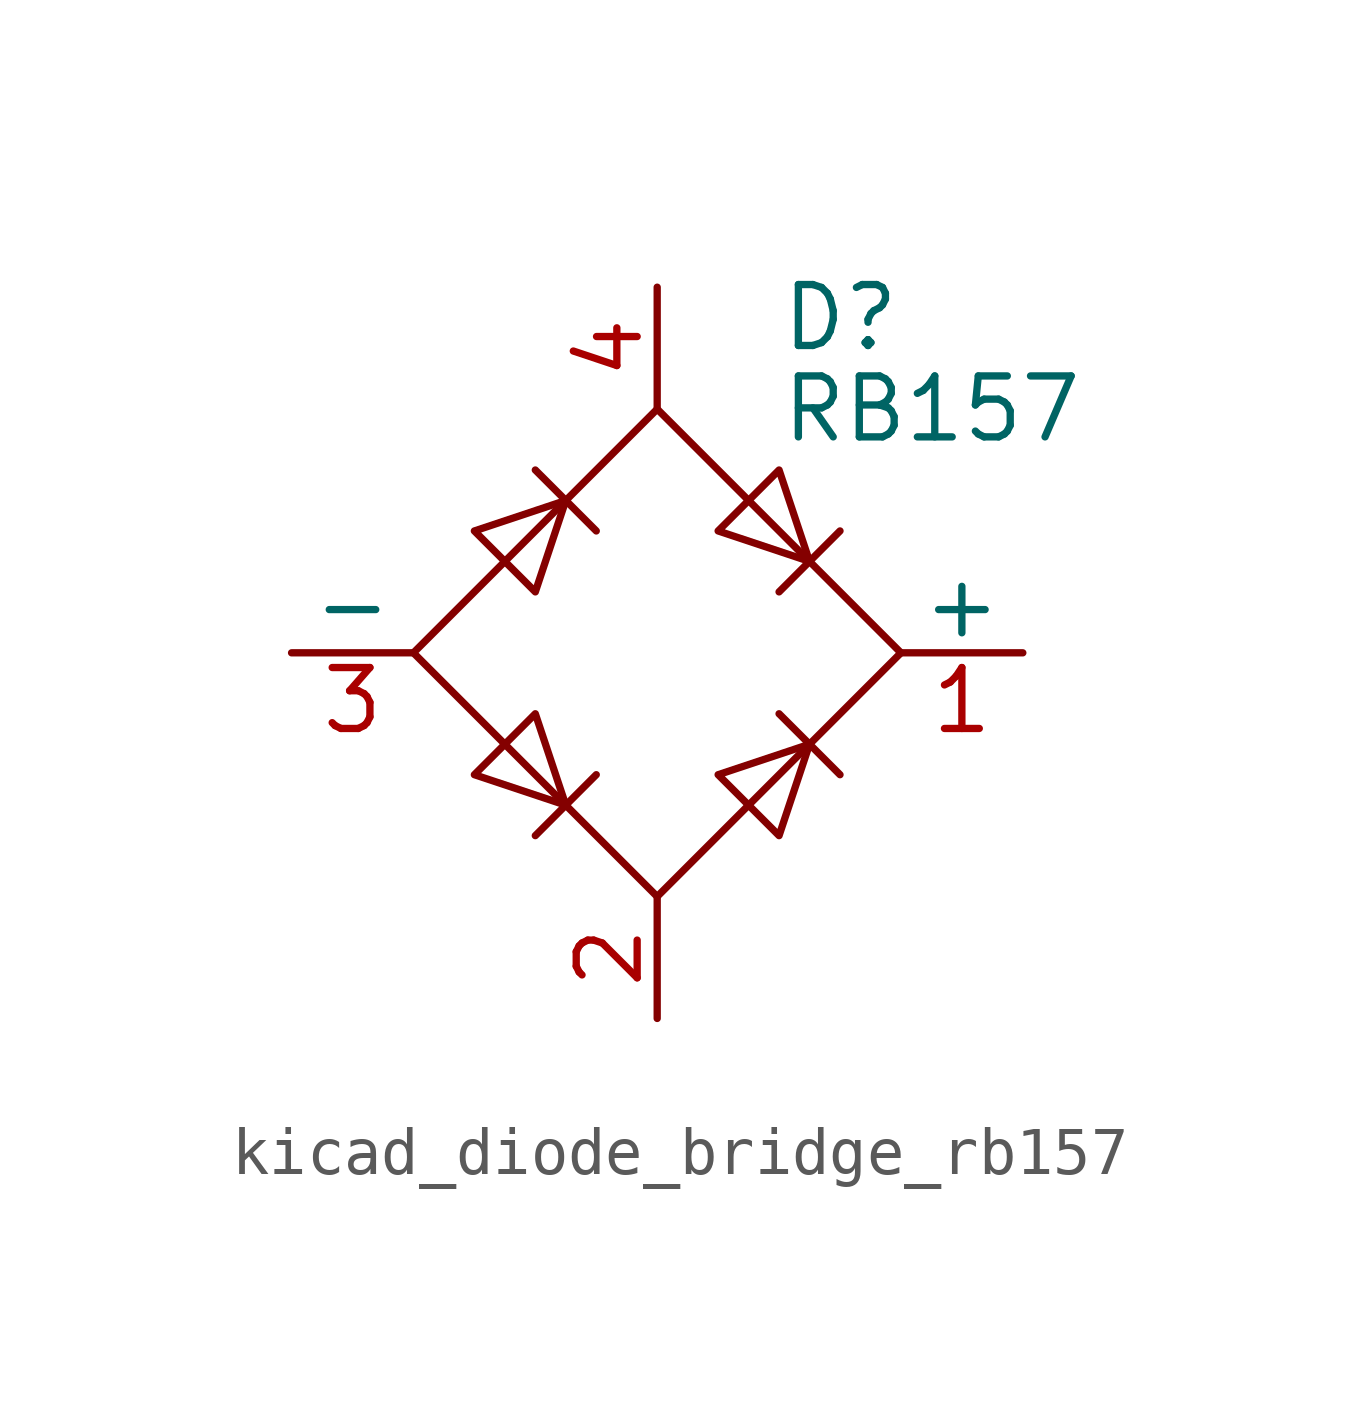
<source format=kicad_sym>
(kicad_symbol_lib
  (version 20220914)
  (generator kicad_symbol_editor)
  (symbol "kicad_diode_bridge_rb157"
    (pin_names
      (offset 0))
    (property "Reference" "D"
      (at 2.54 6.985 0)
      (effects (font (size 1.27 1.27)) (justify left)))
    (property "Value" "RB157"
      (at 2.54 5.08 0)
      (effects (font (size 1.27 1.27)) (justify left)))
    (symbol "kicad_diode_bridge_rb157_0_1"
      (polyline (pts (xy -2.54 3.81) (xy -1.27 2.54)) (stroke (width 0) (type default)) (fill (type none)))
      (polyline (pts (xy -1.27 -2.54) (xy -2.54 -3.81)) (stroke (width 0) (type default)) (fill (type none)))
      (polyline (pts (xy 2.54 -1.27) (xy 3.81 -2.54)) (stroke (width 0) (type default)) (fill (type none)))
      (polyline (pts (xy 2.54 1.27) (xy 3.81 2.54)) (stroke (width 0) (type default)) (fill (type none)))
      (polyline (pts (xy -3.81 2.54) (xy -2.54 1.27) (xy -1.905 3.175) (xy -3.81 2.54)) (stroke (width 0) (type default)) (fill (type none)))
      (polyline (pts (xy -2.54 -1.27) (xy -3.81 -2.54) (xy -1.905 -3.175) (xy -2.54 -1.27)) (stroke (width 0) (type default)) (fill (type none)))
      (polyline (pts (xy 1.27 2.54) (xy 2.54 3.81) (xy 3.175 1.905) (xy 1.27 2.54)) (stroke (width 0) (type default)) (fill (type none)))
      (polyline (pts (xy 3.175 -1.905) (xy 1.27 -2.54) (xy 2.54 -3.81) (xy 3.175 -1.905)) (stroke (width 0) (type default)) (fill (type none)))
      (polyline (pts (xy -5.08 0) (xy 0 -5.08) (xy 5.08 0) (xy 0 5.08) (xy -5.08 0)) (stroke (width 0) (type default)) (fill (type none))))
    (symbol "kicad_diode_bridge_rb157_1_1"
      (pin passive line (at 7.62 0 180) (length 2.54) (name "+" (effects (font (size 1.27 1.27)))) (number "1" (effects (font (size 1.27 1.27)))))
      (pin passive line (at 0 -7.62 90) (length 2.54) (name "~" (effects (font (size 1.27 1.27)))) (number "2" (effects (font (size 1.27 1.27)))))
      (pin passive line (at -7.62 0 0) (length 2.54) (name "-" (effects (font (size 1.27 1.27)))) (number "3" (effects (font (size 1.27 1.27)))))
      (pin passive line (at 0 7.62 270) (length 2.54) (name "~" (effects (font (size 1.27 1.27)))) (number "4" (effects (font (size 1.27 1.27))))))))
</source>
